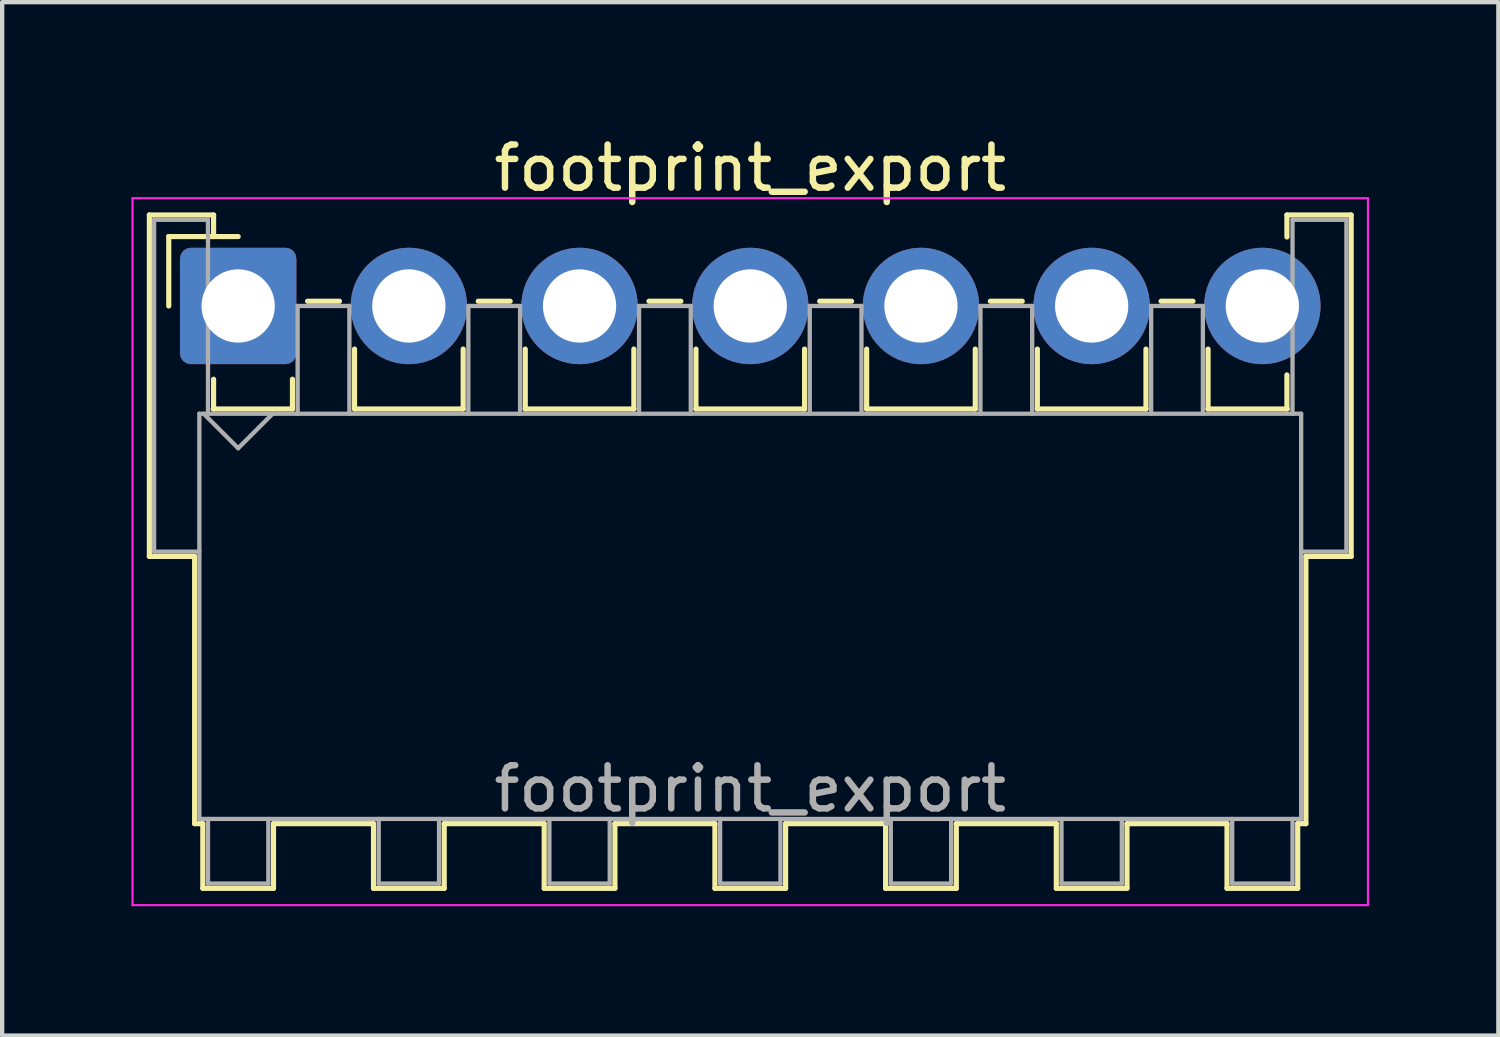
<source format=kicad_pcb>
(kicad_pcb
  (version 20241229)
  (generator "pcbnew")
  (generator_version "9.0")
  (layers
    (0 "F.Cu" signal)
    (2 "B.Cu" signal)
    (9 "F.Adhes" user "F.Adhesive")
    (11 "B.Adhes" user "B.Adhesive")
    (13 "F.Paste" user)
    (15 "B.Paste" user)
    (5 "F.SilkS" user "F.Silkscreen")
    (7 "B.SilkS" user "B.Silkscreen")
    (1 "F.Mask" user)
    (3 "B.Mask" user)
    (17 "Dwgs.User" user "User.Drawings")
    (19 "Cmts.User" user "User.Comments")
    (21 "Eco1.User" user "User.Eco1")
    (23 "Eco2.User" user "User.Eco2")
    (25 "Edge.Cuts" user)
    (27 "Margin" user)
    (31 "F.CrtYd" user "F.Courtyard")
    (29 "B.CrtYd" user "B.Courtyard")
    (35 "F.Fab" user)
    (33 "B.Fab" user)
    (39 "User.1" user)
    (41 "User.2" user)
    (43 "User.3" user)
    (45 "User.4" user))
  (footprint "footprint_export"
    (layer "F.Cu")
    (at 2.475 4.048)
    (property "Reference" "footprint_export" (at 11.88 -3.2 0) (layer "F.SilkS") (effects (font (size 1 1) (thickness 0.15))))
    (attr through_hole)
    (fp_line (start -2.06 -2.11) (end -0.57 -2.11) (stroke (width 0.12) (type solid)) (layer "F.SilkS"))
    (fp_line (start -2.06 5.81) (end -2.06 -2.11) (stroke (width 0.12) (type solid)) (layer "F.SilkS"))
    (fp_line (start -1.61 -1.61) (end -1.61 0) (stroke (width 0.12) (type solid)) (layer "F.SilkS"))
    (fp_line (start -1.01 5.81) (end -2.06 5.81) (stroke (width 0.12) (type solid)) (layer "F.SilkS"))
    (fp_line (start -1.01 5.81) (end -1.01 12.01) (stroke (width 0.12) (type solid)) (layer "F.SilkS"))
    (fp_line (start -1.01 12.01) (end -0.82 12.01) (stroke (width 0.12) (type solid)) (layer "F.SilkS"))
    (fp_line (start -0.82 12.01) (end -0.82 13.51) (stroke (width 0.12) (type solid)) (layer "F.SilkS"))
    (fp_line (start -0.82 13.51) (end 0.82 13.51) (stroke (width 0.12) (type solid)) (layer "F.SilkS"))
    (fp_line (start -0.58 2.39) (end 1.26 2.39) (stroke (width 0.12) (type solid)) (layer "F.SilkS"))
    (fp_line (start -0.57 -2.11) (end -0.57 -1.61) (stroke (width 0.12) (type solid)) (layer "F.SilkS"))
    (fp_line (start -0.57 1.7) (end -0.57 2.39) (stroke (width 0.12) (type solid)) (layer "F.SilkS"))
    (fp_line (start 0 -1.61) (end -1.61 -1.61) (stroke (width 0.12) (type solid)) (layer "F.SilkS"))
    (fp_line (start 0.82 12.01) (end 3.14 12.01) (stroke (width 0.12) (type solid)) (layer "F.SilkS"))
    (fp_line (start 0.82 13.51) (end 0.82 12.01) (stroke (width 0.12) (type solid)) (layer "F.SilkS"))
    (fp_line (start 1.26 2.39) (end 1.26 1.7) (stroke (width 0.12) (type solid)) (layer "F.SilkS"))
    (fp_line (start 1.61 -0.11) (end 2.35 -0.11) (stroke (width 0.12) (type solid)) (layer "F.SilkS"))
    (fp_line (start 2.7 1) (end 2.7 2.39) (stroke (width 0.12) (type solid)) (layer "F.SilkS"))
    (fp_line (start 2.7 2.39) (end 5.22 2.39) (stroke (width 0.12) (type solid)) (layer "F.SilkS"))
    (fp_line (start 3.14 12.01) (end 3.14 13.51) (stroke (width 0.12) (type solid)) (layer "F.SilkS"))
    (fp_line (start 3.14 13.51) (end 4.78 13.51) (stroke (width 0.12) (type solid)) (layer "F.SilkS"))
    (fp_line (start 4.78 12.01) (end 7.1 12.01) (stroke (width 0.12) (type solid)) (layer "F.SilkS"))
    (fp_line (start 4.78 13.51) (end 4.78 12.01) (stroke (width 0.12) (type solid)) (layer "F.SilkS"))
    (fp_line (start 5.22 2.39) (end 5.22 1) (stroke (width 0.12) (type solid)) (layer "F.SilkS"))
    (fp_line (start 5.57 -0.11) (end 6.31 -0.11) (stroke (width 0.12) (type solid)) (layer "F.SilkS"))
    (fp_line (start 6.66 1) (end 6.66 2.39) (stroke (width 0.12) (type solid)) (layer "F.SilkS"))
    (fp_line (start 6.66 2.39) (end 9.18 2.39) (stroke (width 0.12) (type solid)) (layer "F.SilkS"))
    (fp_line (start 7.1 12.01) (end 7.1 13.51) (stroke (width 0.12) (type solid)) (layer "F.SilkS"))
    (fp_line (start 7.1 13.51) (end 8.74 13.51) (stroke (width 0.12) (type solid)) (layer "F.SilkS"))
    (fp_line (start 8.74 12.01) (end 11.06 12.01) (stroke (width 0.12) (type solid)) (layer "F.SilkS"))
    (fp_line (start 8.74 13.51) (end 8.74 12.01) (stroke (width 0.12) (type solid)) (layer "F.SilkS"))
    (fp_line (start 9.18 2.39) (end 9.18 1) (stroke (width 0.12) (type solid)) (layer "F.SilkS"))
    (fp_line (start 9.53 -0.11) (end 10.27 -0.11) (stroke (width 0.12) (type solid)) (layer "F.SilkS"))
    (fp_line (start 10.62 1) (end 10.62 2.39) (stroke (width 0.12) (type solid)) (layer "F.SilkS"))
    (fp_line (start 10.62 2.39) (end 13.14 2.39) (stroke (width 0.12) (type solid)) (layer "F.SilkS"))
    (fp_line (start 11.06 12.01) (end 11.06 13.51) (stroke (width 0.12) (type solid)) (layer "F.SilkS"))
    (fp_line (start 11.06 13.51) (end 12.7 13.51) (stroke (width 0.12) (type solid)) (layer "F.SilkS"))
    (fp_line (start 12.7 12.01) (end 15.02 12.01) (stroke (width 0.12) (type solid)) (layer "F.SilkS"))
    (fp_line (start 12.7 13.51) (end 12.7 12.01) (stroke (width 0.12) (type solid)) (layer "F.SilkS"))
    (fp_line (start 13.14 2.39) (end 13.14 1) (stroke (width 0.12) (type solid)) (layer "F.SilkS"))
    (fp_line (start 13.49 -0.11) (end 14.23 -0.11) (stroke (width 0.12) (type solid)) (layer "F.SilkS"))
    (fp_line (start 14.58 1) (end 14.58 2.39) (stroke (width 0.12) (type solid)) (layer "F.SilkS"))
    (fp_line (start 14.58 2.39) (end 17.1 2.39) (stroke (width 0.12) (type solid)) (layer "F.SilkS"))
    (fp_line (start 15.02 12.01) (end 15.02 13.51) (stroke (width 0.12) (type solid)) (layer "F.SilkS"))
    (fp_line (start 15.02 13.51) (end 16.66 13.51) (stroke (width 0.12) (type solid)) (layer "F.SilkS"))
    (fp_line (start 16.66 12.01) (end 18.98 12.01) (stroke (width 0.12) (type solid)) (layer "F.SilkS"))
    (fp_line (start 16.66 13.51) (end 16.66 12.01) (stroke (width 0.12) (type solid)) (layer "F.SilkS"))
    (fp_line (start 17.1 2.39) (end 17.1 1) (stroke (width 0.12) (type solid)) (layer "F.SilkS"))
    (fp_line (start 17.45 -0.11) (end 18.19 -0.11) (stroke (width 0.12) (type solid)) (layer "F.SilkS"))
    (fp_line (start 18.54 1) (end 18.54 2.39) (stroke (width 0.12) (type solid)) (layer "F.SilkS"))
    (fp_line (start 18.54 2.39) (end 21.06 2.39) (stroke (width 0.12) (type solid)) (layer "F.SilkS"))
    (fp_line (start 18.98 12.01) (end 18.98 13.51) (stroke (width 0.12) (type solid)) (layer "F.SilkS"))
    (fp_line (start 18.98 13.51) (end 20.62 13.51) (stroke (width 0.12) (type solid)) (layer "F.SilkS"))
    (fp_line (start 20.62 12.01) (end 22.94 12.01) (stroke (width 0.12) (type solid)) (layer "F.SilkS"))
    (fp_line (start 20.62 13.51) (end 20.62 12.01) (stroke (width 0.12) (type solid)) (layer "F.SilkS"))
    (fp_line (start 21.06 2.39) (end 21.06 1) (stroke (width 0.12) (type solid)) (layer "F.SilkS"))
    (fp_line (start 21.41 -0.11) (end 22.15 -0.11) (stroke (width 0.12) (type solid)) (layer "F.SilkS"))
    (fp_line (start 22.5 1) (end 22.5 2.39) (stroke (width 0.12) (type solid)) (layer "F.SilkS"))
    (fp_line (start 22.5 2.39) (end 24.34 2.39) (stroke (width 0.12) (type solid)) (layer "F.SilkS"))
    (fp_line (start 22.94 12.01) (end 22.94 13.51) (stroke (width 0.12) (type solid)) (layer "F.SilkS"))
    (fp_line (start 22.94 13.51) (end 24.58 13.51) (stroke (width 0.12) (type solid)) (layer "F.SilkS"))
    (fp_line (start 24.33 -2.11) (end 25.82 -2.11) (stroke (width 0.12) (type solid)) (layer "F.SilkS"))
    (fp_line (start 24.33 -1.6) (end 24.33 -2.11) (stroke (width 0.12) (type solid)) (layer "F.SilkS"))
    (fp_line (start 24.33 2.39) (end 24.33 1.6) (stroke (width 0.12) (type solid)) (layer "F.SilkS"))
    (fp_line (start 24.58 12.01) (end 24.77 12.01) (stroke (width 0.12) (type solid)) (layer "F.SilkS"))
    (fp_line (start 24.58 13.51) (end 24.58 12.01) (stroke (width 0.12) (type solid)) (layer "F.SilkS"))
    (fp_line (start 24.77 12.01) (end 24.77 5.81) (stroke (width 0.12) (type solid)) (layer "F.SilkS"))
    (fp_line (start 25.82 -2.11) (end 25.82 5.81) (stroke (width 0.12) (type solid)) (layer "F.SilkS"))
    (fp_line (start 25.82 5.81) (end 24.77 5.81) (stroke (width 0.12) (type solid)) (layer "F.SilkS"))
    (fp_line (start -2.45 -2.5) (end -2.45 13.9) (stroke (width 0.05) (type solid)) (layer "F.CrtYd"))
    (fp_line (start -2.45 13.9) (end 26.21 13.9) (stroke (width 0.05) (type solid)) (layer "F.CrtYd"))
    (fp_line (start 26.21 -2.5) (end -2.45 -2.5) (stroke (width 0.05) (type solid)) (layer "F.CrtYd"))
    (fp_line (start 26.21 13.9) (end 26.21 -2.5) (stroke (width 0.05) (type solid)) (layer "F.CrtYd"))
    (fp_line (start -1.95 -2) (end -0.7 -2) (stroke (width 0.1) (type solid)) (layer "F.Fab"))
    (fp_line (start -1.95 5.7) (end -1.95 -2) (stroke (width 0.1) (type solid)) (layer "F.Fab"))
    (fp_line (start -0.9 2.5) (end -0.9 11.9) (stroke (width 0.1) (type solid)) (layer "F.Fab"))
    (fp_line (start -0.9 5.7) (end -1.95 5.7) (stroke (width 0.1) (type solid)) (layer "F.Fab"))
    (fp_line (start -0.9 11.9) (end 24.66 11.9) (stroke (width 0.1) (type solid)) (layer "F.Fab"))
    (fp_line (start -0.8 2.5) (end 0 3.3) (stroke (width 0.1) (type solid)) (layer "F.Fab"))
    (fp_line (start -0.7 -2) (end -0.7 2.5) (stroke (width 0.1) (type solid)) (layer "F.Fab"))
    (fp_line (start -0.7 11.9) (end -0.7 13.4) (stroke (width 0.1) (type solid)) (layer "F.Fab"))
    (fp_line (start -0.7 13.4) (end 0.7 13.4) (stroke (width 0.1) (type solid)) (layer "F.Fab"))
    (fp_line (start 0 3.3) (end 0.8 2.5) (stroke (width 0.1) (type solid)) (layer "F.Fab"))
    (fp_line (start 0.7 13.4) (end 0.7 11.9) (stroke (width 0.1) (type solid)) (layer "F.Fab"))
    (fp_line (start 1.38 0) (end 2.58 0) (stroke (width 0.1) (type solid)) (layer "F.Fab"))
    (fp_line (start 1.38 2.5) (end 1.38 0) (stroke (width 0.1) (type solid)) (layer "F.Fab"))
    (fp_line (start 2.58 0) (end 2.58 2.5) (stroke (width 0.1) (type solid)) (layer "F.Fab"))
    (fp_line (start 3.26 11.9) (end 3.26 13.4) (stroke (width 0.1) (type solid)) (layer "F.Fab"))
    (fp_line (start 3.26 13.4) (end 4.66 13.4) (stroke (width 0.1) (type solid)) (layer "F.Fab"))
    (fp_line (start 4.66 13.4) (end 4.66 11.9) (stroke (width 0.1) (type solid)) (layer "F.Fab"))
    (fp_line (start 5.34 0) (end 6.54 0) (stroke (width 0.1) (type solid)) (layer "F.Fab"))
    (fp_line (start 5.34 2.5) (end 5.34 0) (stroke (width 0.1) (type solid)) (layer "F.Fab"))
    (fp_line (start 6.54 0) (end 6.54 2.5) (stroke (width 0.1) (type solid)) (layer "F.Fab"))
    (fp_line (start 7.22 11.9) (end 7.22 13.4) (stroke (width 0.1) (type solid)) (layer "F.Fab"))
    (fp_line (start 7.22 13.4) (end 8.62 13.4) (stroke (width 0.1) (type solid)) (layer "F.Fab"))
    (fp_line (start 8.62 13.4) (end 8.62 11.9) (stroke (width 0.1) (type solid)) (layer "F.Fab"))
    (fp_line (start 9.3 0) (end 10.5 0) (stroke (width 0.1) (type solid)) (layer "F.Fab"))
    (fp_line (start 9.3 2.5) (end 9.3 0) (stroke (width 0.1) (type solid)) (layer "F.Fab"))
    (fp_line (start 10.5 0) (end 10.5 2.5) (stroke (width 0.1) (type solid)) (layer "F.Fab"))
    (fp_line (start 11.18 11.9) (end 11.18 13.4) (stroke (width 0.1) (type solid)) (layer "F.Fab"))
    (fp_line (start 11.18 13.4) (end 12.58 13.4) (stroke (width 0.1) (type solid)) (layer "F.Fab"))
    (fp_line (start 12.58 13.4) (end 12.58 11.9) (stroke (width 0.1) (type solid)) (layer "F.Fab"))
    (fp_line (start 13.26 0) (end 14.46 0) (stroke (width 0.1) (type solid)) (layer "F.Fab"))
    (fp_line (start 13.26 2.5) (end 13.26 0) (stroke (width 0.1) (type solid)) (layer "F.Fab"))
    (fp_line (start 14.46 0) (end 14.46 2.5) (stroke (width 0.1) (type solid)) (layer "F.Fab"))
    (fp_line (start 15.14 11.9) (end 15.14 13.4) (stroke (width 0.1) (type solid)) (layer "F.Fab"))
    (fp_line (start 15.14 13.4) (end 16.54 13.4) (stroke (width 0.1) (type solid)) (layer "F.Fab"))
    (fp_line (start 16.54 13.4) (end 16.54 11.9) (stroke (width 0.1) (type solid)) (layer "F.Fab"))
    (fp_line (start 17.22 0) (end 18.42 0) (stroke (width 0.1) (type solid)) (layer "F.Fab"))
    (fp_line (start 17.22 2.5) (end 17.22 0) (stroke (width 0.1) (type solid)) (layer "F.Fab"))
    (fp_line (start 18.42 0) (end 18.42 2.5) (stroke (width 0.1) (type solid)) (layer "F.Fab"))
    (fp_line (start 19.1 11.9) (end 19.1 13.4) (stroke (width 0.1) (type solid)) (layer "F.Fab"))
    (fp_line (start 19.1 13.4) (end 20.5 13.4) (stroke (width 0.1) (type solid)) (layer "F.Fab"))
    (fp_line (start 20.5 13.4) (end 20.5 11.9) (stroke (width 0.1) (type solid)) (layer "F.Fab"))
    (fp_line (start 21.18 0) (end 22.38 0) (stroke (width 0.1) (type solid)) (layer "F.Fab"))
    (fp_line (start 21.18 2.5) (end 21.18 0) (stroke (width 0.1) (type solid)) (layer "F.Fab"))
    (fp_line (start 22.38 0) (end 22.38 2.5) (stroke (width 0.1) (type solid)) (layer "F.Fab"))
    (fp_line (start 23.06 11.9) (end 23.06 13.4) (stroke (width 0.1) (type solid)) (layer "F.Fab"))
    (fp_line (start 23.06 13.4) (end 24.46 13.4) (stroke (width 0.1) (type solid)) (layer "F.Fab"))
    (fp_line (start 24.46 -2) (end 25.71 -2) (stroke (width 0.1) (type solid)) (layer "F.Fab"))
    (fp_line (start 24.46 2.5) (end 24.46 -2) (stroke (width 0.1) (type solid)) (layer "F.Fab"))
    (fp_line (start 24.46 13.4) (end 24.46 11.9) (stroke (width 0.1) (type solid)) (layer "F.Fab"))
    (fp_line (start 24.66 2.5) (end -0.9 2.5) (stroke (width 0.1) (type solid)) (layer "F.Fab"))
    (fp_line (start 24.66 11.9) (end 24.66 2.5) (stroke (width 0.1) (type solid)) (layer "F.Fab"))
    (fp_line (start 25.71 -2) (end 25.71 5.7) (stroke (width 0.1) (type solid)) (layer "F.Fab"))
    (fp_line (start 25.71 5.7) (end 24.66 5.7) (stroke (width 0.1) (type solid)) (layer "F.Fab"))
    (fp_text user "${REFERENCE}" (at 11.88 11.2 0) (layer "F.Fab") (effects (font (size 1 1) (thickness 0.15))))
    (pad "1" thru_hole roundrect (at 0 0) (size 2.7 2.7) (drill 1.7) (layers "*.Cu" "*.Mask") (roundrect_rratio 0.093))
    (pad "2" thru_hole circle (at 3.96 0) (size 2.7 2.7) (drill 1.7) (layers "*.Cu" "*.Mask"))
    (pad "3" thru_hole circle (at 7.92 0) (size 2.7 2.7) (drill 1.7) (layers "*.Cu" "*.Mask"))
    (pad "4" thru_hole circle (at 11.88 0) (size 2.7 2.7) (drill 1.7) (layers "*.Cu" "*.Mask"))
    (pad "5" thru_hole circle (at 15.84 0) (size 2.7 2.7) (drill 1.7) (layers "*.Cu" "*.Mask"))
    (pad "6" thru_hole circle (at 19.8 0) (size 2.7 2.7) (drill 1.7) (layers "*.Cu" "*.Mask"))
    (pad "7" thru_hole circle (at 23.76 0) (size 2.7 2.7) (drill 1.7) (layers "*.Cu" "*.Mask")))
  (gr_rect
    (start -3 -3)
    (end 31.71 20.973)
    (stroke (width 0.1) (type default))
    (fill no)
    (layer "Edge.Cuts")))
</source>
